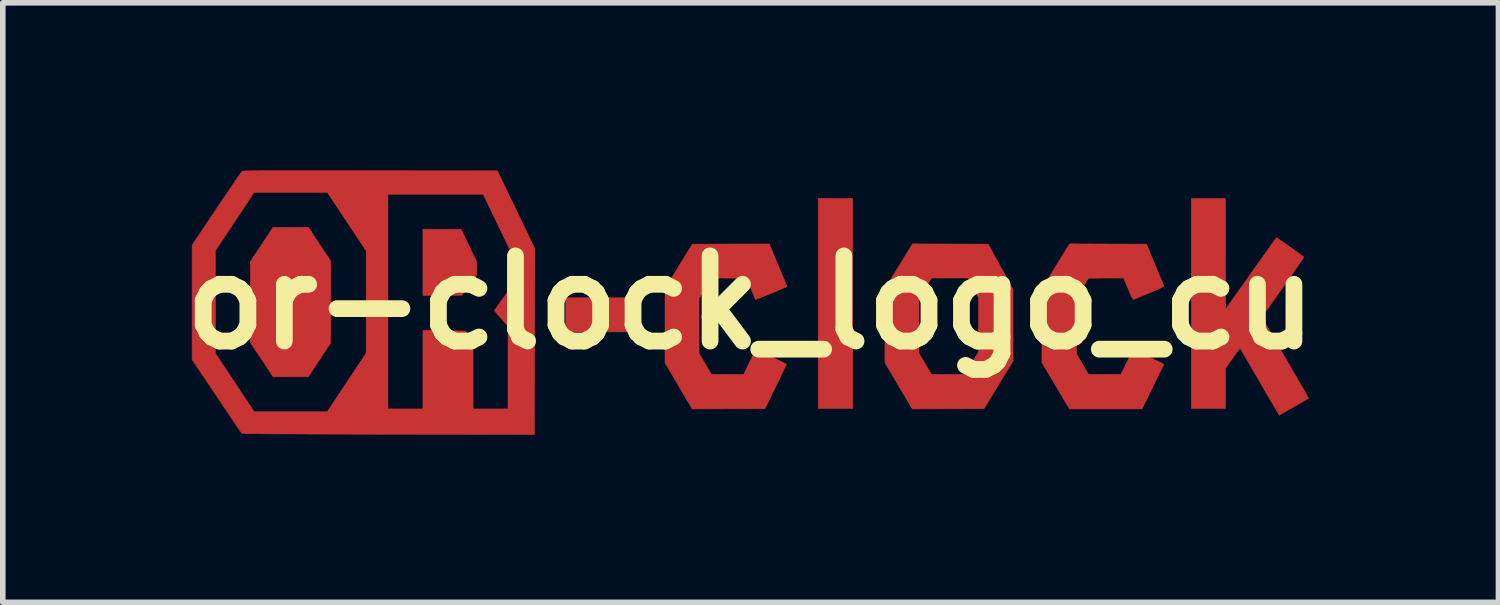
<source format=kicad_pcb>
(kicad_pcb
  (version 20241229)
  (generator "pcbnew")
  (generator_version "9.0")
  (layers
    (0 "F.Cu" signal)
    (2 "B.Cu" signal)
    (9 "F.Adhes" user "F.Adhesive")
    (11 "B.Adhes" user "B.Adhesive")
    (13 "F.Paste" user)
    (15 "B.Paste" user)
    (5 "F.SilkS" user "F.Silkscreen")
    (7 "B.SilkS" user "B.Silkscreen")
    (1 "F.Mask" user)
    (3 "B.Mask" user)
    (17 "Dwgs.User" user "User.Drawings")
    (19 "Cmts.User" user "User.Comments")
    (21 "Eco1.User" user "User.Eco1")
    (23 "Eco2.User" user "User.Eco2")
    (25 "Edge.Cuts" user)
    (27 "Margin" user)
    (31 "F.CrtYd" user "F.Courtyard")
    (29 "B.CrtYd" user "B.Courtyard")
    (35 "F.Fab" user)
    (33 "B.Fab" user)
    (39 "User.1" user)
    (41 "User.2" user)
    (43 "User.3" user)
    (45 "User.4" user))
  (footprint "or-clock_logo_cu"
    (layer "F.Cu")
    (at 10.385 2.365)
    (property "Reference" "or-clock_logo_cu" (at 0 0 0) (layer "F.SilkS") (effects (font (size 1.524 1.524) (thickness 0.3))))
    (attr through_hole)
    (fp_poly (pts (xy -2.074 0.525) (xy -3.309 0.525) (xy -3.309 -0.085) (xy -2.074 -0.085) (xy -2.074 0.525)) (stroke (width 0.01) (type solid)) (fill yes) (layer "F.Cu"))
    (fp_poly (pts (xy 1.828 1.896) (xy 1.21 1.896) (xy 1.21 -1.862) (xy 1.828 -1.862) (xy 1.828 1.896)) (stroke (width 0.01) (type solid)) (fill yes) (layer "F.Cu"))
    (fp_poly (pts (xy -5.042 -1.018) (xy -4.901 -0.723) (xy -4.901 -0.609) (xy -4.902 -0.495) (xy -5.035 -0.313) (xy -5.168 -0.131) (xy -5.517 -0.129) (xy -5.865 -0.127) (xy -5.865 -1.312) (xy -5.184 -1.312) (xy -5.042 -1.018)) (stroke (width 0.01) (type solid)) (fill yes) (layer "F.Cu"))
    (fp_poly (pts (xy -7.716 -1.045) (xy -7.516 -0.745) (xy -7.516 0.722) (xy -7.717 1.026) (xy -7.917 1.329) (xy -8.546 1.329) (xy -8.75 1.022) (xy -8.955 0.714) (xy -8.954 -0.732) (xy -8.751 -1.039) (xy -8.548 -1.346) (xy -7.916 -1.346) (xy -7.716 -1.045)) (stroke (width 0.01) (type solid)) (fill yes) (layer "F.Cu"))
    (fp_poly (pts (xy 3.574 -1.047) (xy 4.251 -1.045) (xy 4.474 -0.639) (xy 4.697 -0.233) (xy 4.697 1.045) (xy 4.437 1.473) (xy 4.176 1.9) (xy 3.536 1.902) (xy 2.895 1.904) (xy 2.758 1.674) (xy 2.718 1.605) (xy 2.673 1.531) (xy 2.628 1.455) (xy 2.584 1.381) (xy 2.544 1.314) (xy 2.513 1.26) (xy 2.404 1.077) (xy 2.404 0.909) (xy 3.013 0.909) (xy 3.125 1.098) (xy 3.237 1.286) (xy 3.538 1.286) (xy 3.838 1.286) (xy 3.959 1.085) (xy 4.08 0.884) (xy 4.08 -0.09) (xy 3.889 -0.44) (xy 3.237 -0.44) (xy 3.013 -0.072) (xy 3.013 0.418) (xy 3.013 0.909) (xy 2.404 0.909) (xy 2.404 -0.244) (xy 2.65 -0.647) (xy 2.897 -1.05) (xy 3.574 -1.047)) (stroke (width 0.01) (type solid)) (fill yes) (layer "F.Cu"))
    (fp_poly (pts (xy 6.397 -1.047) (xy 7.085 -1.045) (xy 7.237 -0.681) (xy 7.268 -0.607) (xy 7.297 -0.537) (xy 7.324 -0.473) (xy 7.347 -0.416) (xy 7.366 -0.369) (xy 7.381 -0.333) (xy 7.391 -0.309) (xy 7.394 -0.3) (xy 7.394 -0.294) (xy 7.391 -0.289) (xy 7.383 -0.282) (xy 7.369 -0.274) (xy 7.346 -0.263) (xy 7.315 -0.248) (xy 7.273 -0.23) (xy 7.218 -0.207) (xy 7.15 -0.178) (xy 7.129 -0.17) (xy 7.066 -0.143) (xy 7.007 -0.119) (xy 6.954 -0.097) (xy 6.91 -0.08) (xy 6.877 -0.066) (xy 6.856 -0.058) (xy 6.849 -0.056) (xy 6.841 -0.063) (xy 6.829 -0.084) (xy 6.812 -0.117) (xy 6.793 -0.161) (xy 6.792 -0.165) (xy 6.771 -0.215) (xy 6.749 -0.267) (xy 6.728 -0.318) (xy 6.711 -0.358) (xy 6.676 -0.44) (xy 6.362 -0.438) (xy 6.048 -0.436) (xy 5.832 -0.083) (xy 5.832 0.92) (xy 5.94 1.103) (xy 6.047 1.286) (xy 6.337 1.286) (xy 6.627 1.287) (xy 6.737 1.062) (xy 6.846 0.838) (xy 6.883 0.854) (xy 6.899 0.862) (xy 6.929 0.876) (xy 6.969 0.895) (xy 7.018 0.919) (xy 7.074 0.946) (xy 7.133 0.975) (xy 7.157 0.987) (xy 7.395 1.105) (xy 7.005 1.904) (xy 5.707 1.904) (xy 5.214 1.074) (xy 5.214 0.416) (xy 5.214 -0.241) (xy 5.708 -1.05) (xy 6.397 -1.047)) (stroke (width 0.01) (type solid)) (fill yes) (layer "F.Cu"))
    (fp_poly (pts (xy 0.491 -0.672) (xy 0.522 -0.597) (xy 0.551 -0.526) (xy 0.578 -0.462) (xy 0.602 -0.406) (xy 0.621 -0.359) (xy 0.636 -0.322) (xy 0.646 -0.299) (xy 0.65 -0.289) (xy 0.65 -0.289) (xy 0.643 -0.284) (xy 0.622 -0.274) (xy 0.59 -0.26) (xy 0.549 -0.242) (xy 0.501 -0.221) (xy 0.447 -0.198) (xy 0.39 -0.175) (xy 0.333 -0.151) (xy 0.277 -0.128) (xy 0.224 -0.107) (xy 0.177 -0.088) (xy 0.138 -0.073) (xy 0.108 -0.062) (xy 0.091 -0.057) (xy 0.087 -0.056) (xy 0.083 -0.066) (xy 0.073 -0.089) (xy 0.059 -0.123) (xy 0.041 -0.166) (xy 0.02 -0.215) (xy 0.006 -0.25) (xy -0.072 -0.436) (xy -0.386 -0.438) (xy -0.699 -0.44) (xy -0.811 -0.258) (xy -0.923 -0.075) (xy -0.923 0.912) (xy -0.701 1.287) (xy -0.412 1.286) (xy -0.123 1.286) (xy -0.018 1.068) (xy 0.01 1.012) (xy 0.035 0.961) (xy 0.057 0.916) (xy 0.074 0.881) (xy 0.087 0.856) (xy 0.093 0.844) (xy 0.093 0.844) (xy 0.101 0.846) (xy 0.123 0.855) (xy 0.155 0.87) (xy 0.196 0.888) (xy 0.244 0.911) (xy 0.297 0.935) (xy 0.352 0.961) (xy 0.408 0.988) (xy 0.463 1.014) (xy 0.514 1.039) (xy 0.559 1.061) (xy 0.596 1.079) (xy 0.623 1.093) (xy 0.638 1.102) (xy 0.641 1.103) (xy 0.637 1.111) (xy 0.628 1.133) (xy 0.612 1.167) (xy 0.59 1.212) (xy 0.564 1.266) (xy 0.534 1.329) (xy 0.501 1.398) (xy 0.464 1.473) (xy 0.45 1.503) (xy 0.256 1.9) (xy -0.395 1.902) (xy -1.045 1.904) (xy -1.289 1.492) (xy -1.532 1.079) (xy -1.532 0.415) (xy -1.531 -0.25) (xy -1.044 -1.045) (xy -0.355 -1.047) (xy 0.334 -1.049) (xy 0.491 -0.672)) (stroke (width 0.01) (type solid)) (fill yes) (layer "F.Cu"))
    (fp_poly (pts (xy 8.502 0.119) (xy 8.955 -0.52) (xy 9.02 -0.613) (xy 9.083 -0.702) (xy 9.143 -0.785) (xy 9.198 -0.863) (xy 9.249 -0.934) (xy 9.294 -0.997) (xy 9.333 -1.051) (xy 9.365 -1.095) (xy 9.39 -1.129) (xy 9.406 -1.15) (xy 9.413 -1.159) (xy 9.414 -1.16) (xy 9.422 -1.155) (xy 9.442 -1.141) (xy 9.473 -1.121) (xy 9.511 -1.095) (xy 9.555 -1.064) (xy 9.603 -1.03) (xy 9.653 -0.994) (xy 9.703 -0.959) (xy 9.752 -0.924) (xy 9.796 -0.891) (xy 9.836 -0.863) (xy 9.867 -0.839) (xy 9.89 -0.822) (xy 9.9 -0.814) (xy 9.901 -0.813) (xy 9.897 -0.805) (xy 9.883 -0.784) (xy 9.862 -0.752) (xy 9.832 -0.709) (xy 9.796 -0.657) (xy 9.754 -0.596) (xy 9.707 -0.528) (xy 9.655 -0.454) (xy 9.599 -0.375) (xy 9.54 -0.291) (xy 9.536 -0.286) (xy 9.477 -0.202) (xy 9.42 -0.122) (xy 9.367 -0.047) (xy 9.318 0.022) (xy 9.274 0.084) (xy 9.236 0.138) (xy 9.205 0.183) (xy 9.181 0.217) (xy 9.165 0.24) (xy 9.158 0.25) (xy 9.158 0.25) (xy 9.157 0.254) (xy 9.158 0.26) (xy 9.162 0.27) (xy 9.168 0.285) (xy 9.177 0.304) (xy 9.19 0.33) (xy 9.208 0.363) (xy 9.23 0.403) (xy 9.258 0.451) (xy 9.291 0.51) (xy 9.33 0.578) (xy 9.376 0.658) (xy 9.429 0.749) (xy 9.49 0.853) (xy 9.558 0.971) (xy 9.568 0.989) (xy 9.627 1.09) (xy 9.684 1.188) (xy 9.737 1.28) (xy 9.787 1.366) (xy 9.833 1.444) (xy 9.873 1.515) (xy 9.909 1.576) (xy 9.938 1.628) (xy 9.961 1.668) (xy 9.977 1.696) (xy 9.985 1.711) (xy 9.986 1.713) (xy 9.977 1.719) (xy 9.956 1.732) (xy 9.924 1.751) (xy 9.883 1.774) (xy 9.837 1.801) (xy 9.786 1.83) (xy 9.733 1.861) (xy 9.679 1.892) (xy 9.627 1.922) (xy 9.579 1.949) (xy 9.537 1.973) (xy 9.502 1.993) (xy 9.478 2.007) (xy 9.465 2.014) (xy 9.463 2.014) (xy 9.459 2.007) (xy 9.446 1.986) (xy 9.426 1.953) (xy 9.399 1.909) (xy 9.367 1.854) (xy 9.329 1.79) (xy 9.287 1.718) (xy 9.241 1.639) (xy 9.191 1.554) (xy 9.139 1.464) (xy 9.118 1.428) (xy 9.064 1.336) (xy 9.014 1.248) (xy 8.965 1.166) (xy 8.921 1.09) (xy 8.881 1.021) (xy 8.846 0.961) (xy 8.816 0.911) (xy 8.793 0.871) (xy 8.777 0.844) (xy 8.768 0.829) (xy 8.766 0.827) (xy 8.762 0.824) (xy 8.756 0.826) (xy 8.747 0.835) (xy 8.733 0.85) (xy 8.714 0.875) (xy 8.688 0.91) (xy 8.655 0.956) (xy 8.627 0.996) (xy 8.498 1.179) (xy 8.498 1.896) (xy 7.888 1.896) (xy 7.888 -1.862) (xy 8.498 -1.862) (xy 8.502 0.119)) (stroke (width 0.01) (type solid)) (fill yes) (layer "F.Cu"))
    (fp_poly (pts (xy -7.646 -2.36) (xy -7.451 -2.36) (xy -7.24 -2.36) (xy -7.013 -2.359) (xy -6.81 -2.359) (xy -4.533 -2.357) (xy -4.197 -1.659) (xy -3.861 -0.961) (xy -3.866 0.7) (xy -3.871 2.361) (xy -5.386 2.359) (xy -5.567 2.359) (xy -5.755 2.359) (xy -5.95 2.358) (xy -6.15 2.358) (xy -6.351 2.358) (xy -6.554 2.357) (xy -6.755 2.357) (xy -6.953 2.356) (xy -7.146 2.356) (xy -7.332 2.355) (xy -7.509 2.355) (xy -7.676 2.354) (xy -7.83 2.354) (xy -7.969 2.353) (xy -8 2.353) (xy -8.161 2.352) (xy -8.305 2.352) (xy -8.434 2.351) (xy -8.549 2.351) (xy -8.65 2.35) (xy -8.739 2.349) (xy -8.815 2.348) (xy -8.881 2.348) (xy -8.936 2.347) (xy -8.982 2.346) (xy -9.019 2.345) (xy -9.049 2.344) (xy -9.071 2.343) (xy -9.088 2.341) (xy -9.1 2.34) (xy -9.107 2.338) (xy -9.11 2.336) (xy -9.11 2.336) (xy -9.117 2.327) (xy -9.132 2.305) (xy -9.155 2.272) (xy -9.186 2.227) (xy -9.223 2.172) (xy -9.266 2.108) (xy -9.315 2.036) (xy -9.368 1.957) (xy -9.426 1.872) (xy -9.486 1.781) (xy -9.55 1.687) (xy -9.559 1.673) (xy -9.996 1.022) (xy -9.996 -0.929) (xy -9.581 -0.929) (xy -9.581 -0.01) (xy -9.581 0.91) (xy -9.233 1.433) (xy -8.886 1.955) (xy -7.577 1.955) (xy -7.543 1.904) (xy -6.492 1.904) (xy -5.865 1.904) (xy -5.865 0.499) (xy -5.727 0.499) (xy -5.68 0.5) (xy -5.62 0.5) (xy -5.552 0.501) (xy -5.478 0.502) (xy -5.404 0.504) (xy -5.346 0.505) (xy -5.103 0.511) (xy -5.036 0.589) (xy -4.968 0.667) (xy -4.968 1.904) (xy -4.342 1.904) (xy -4.342 1.166) (xy -4.342 0.427) (xy -4.465 0.285) (xy -4.588 0.143) (xy -4.569 0.116) (xy -4.559 0.102) (xy -4.54 0.077) (xy -4.515 0.042) (xy -4.484 -0.001) (xy -4.45 -0.049) (xy -4.412 -0.1) (xy -4.412 -0.1) (xy -4.274 -0.29) (xy -4.274 -0.874) (xy -4.53 -1.406) (xy -4.786 -1.938) (xy -5.639 -1.938) (xy -6.492 -1.938) (xy -6.492 1.904) (xy -7.543 1.904) (xy -7.229 1.431) (xy -6.881 0.906) (xy -6.881 -0.01) (xy -6.881 -0.927) (xy -7.228 -1.449) (xy -7.575 -1.972) (xy -8.888 -1.972) (xy -9.234 -1.45) (xy -9.581 -0.929) (xy -9.996 -0.929) (xy -9.996 -1.029) (xy -9.556 -1.685) (xy -9.492 -1.78) (xy -9.43 -1.871) (xy -9.372 -1.957) (xy -9.318 -2.037) (xy -9.268 -2.111) (xy -9.223 -2.176) (xy -9.184 -2.233) (xy -9.152 -2.279) (xy -9.127 -2.315) (xy -9.11 -2.339) (xy -9.102 -2.35) (xy -9.101 -2.351) (xy -9.097 -2.352) (xy -9.086 -2.353) (xy -9.068 -2.354) (xy -9.044 -2.355) (xy -9.011 -2.356) (xy -8.97 -2.356) (xy -8.92 -2.357) (xy -8.861 -2.358) (xy -8.793 -2.358) (xy -8.713 -2.359) (xy -8.623 -2.359) (xy -8.522 -2.359) (xy -8.409 -2.359) (xy -8.283 -2.36) (xy -8.145 -2.36) (xy -7.993 -2.36) (xy -7.827 -2.36) (xy -7.646 -2.36)) (stroke (width 0.01) (type solid)) (fill yes) (layer "F.Cu")))
  (gr_rect
    (start -3 -3)
    (end 23.77 7.731)
    (stroke (width 0.1) (type default))
    (fill no)
    (layer "Edge.Cuts")))
</source>
